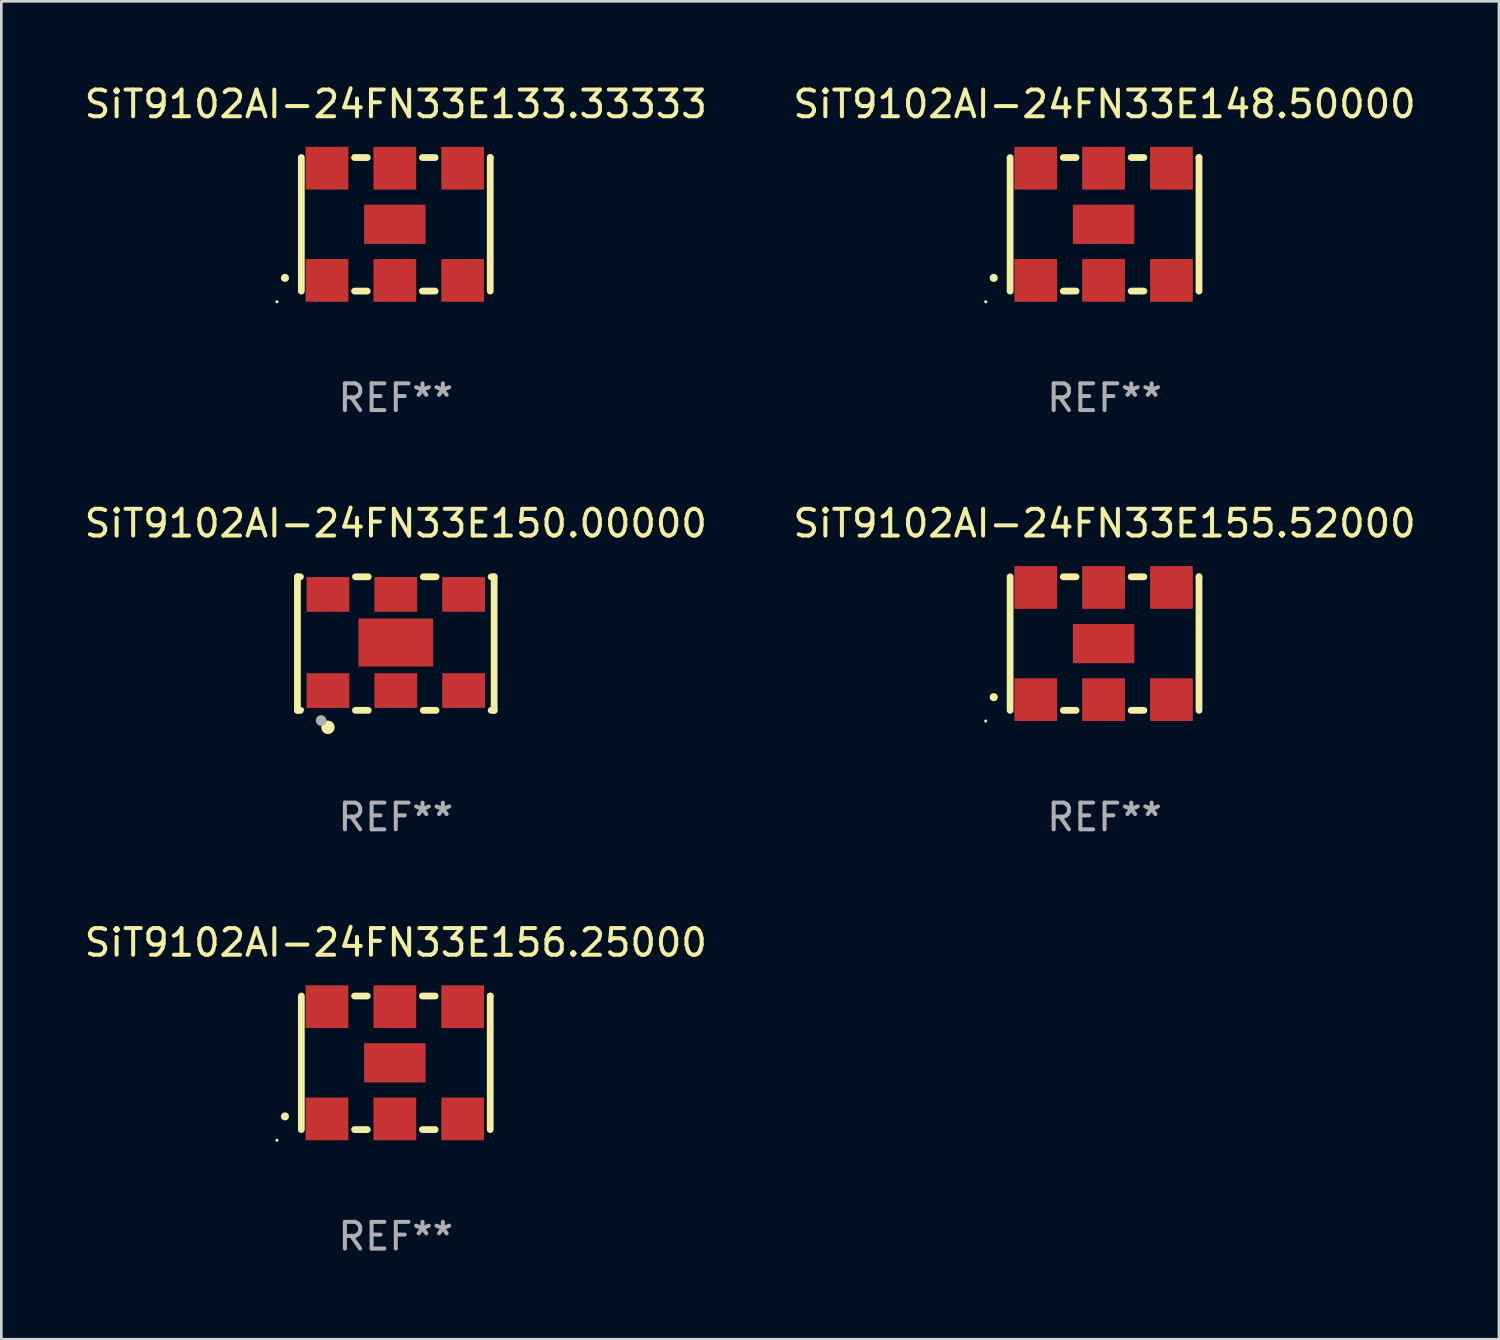
<source format=kicad_pcb>
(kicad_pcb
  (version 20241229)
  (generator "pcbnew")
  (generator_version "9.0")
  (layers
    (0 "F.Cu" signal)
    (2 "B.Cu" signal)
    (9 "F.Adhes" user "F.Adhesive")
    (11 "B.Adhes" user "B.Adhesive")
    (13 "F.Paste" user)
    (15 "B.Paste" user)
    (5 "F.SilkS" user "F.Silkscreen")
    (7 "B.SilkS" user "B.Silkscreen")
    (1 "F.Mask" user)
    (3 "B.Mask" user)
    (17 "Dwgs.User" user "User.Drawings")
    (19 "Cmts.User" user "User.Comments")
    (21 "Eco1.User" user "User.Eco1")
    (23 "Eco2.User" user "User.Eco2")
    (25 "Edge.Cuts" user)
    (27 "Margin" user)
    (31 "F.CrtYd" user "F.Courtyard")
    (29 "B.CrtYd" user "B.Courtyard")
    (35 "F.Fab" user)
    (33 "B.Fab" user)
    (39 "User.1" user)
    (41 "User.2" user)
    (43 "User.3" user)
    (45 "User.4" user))
  (footprint "SiT9102AI-24FN33E133.33333"
    (layer "F.Cu")
    (at 11.768 5.348)
    (property "Reference" "SiT9102AI-24FN33E133.33333" (at 0 -4.5 0) (layer "F.SilkS") (effects (font (size 1 1) (thickness 0.15))))
    (attr through_hole)
    (fp_line (start -3.536 -2.5) (end -3.536 2.5) (stroke (width 0.254) (type solid)) (layer "F.SilkS"))
    (fp_line (start -1.544 2.5) (end -1.067 2.5) (stroke (width 0.254) (type solid)) (layer "F.SilkS"))
    (fp_line (start -1.067 -2.5) (end -1.544 -2.5) (stroke (width 0.254) (type solid)) (layer "F.SilkS"))
    (fp_line (start 0.996 2.5) (end 1.473 2.5) (stroke (width 0.254) (type solid)) (layer "F.SilkS"))
    (fp_line (start 1.473 -2.5) (end 0.996 -2.5) (stroke (width 0.254) (type solid)) (layer "F.SilkS"))
    (fp_line (start 3.536 -2.5) (end 3.536 -2.5) (stroke (width 0.254) (type solid)) (layer "F.SilkS"))
    (fp_line (start 3.536 2.5) (end 3.536 -2.5) (stroke (width 0.254) (type solid)) (layer "F.SilkS"))
    (fp_arc (start -4.150432 2.006604) (mid -4.149162 2.006599) (end -4.147892 2.006604) (stroke (width 0.3) (type solid)) (layer "F.SilkS"))
    (fp_circle (center -4.449 2.9) (end -4.419 2.9) (stroke (width 0.06) (type solid)) (fill no) (layer "F.SilkS"))
    (fp_text user "REF**" (at 0 6.5 0) (layer "F.Fab") (effects (font (size 1 1) (thickness 0.15))))
    (pad "1" smd rect (at -2.576 2.1) (size 1.6 1.6) (layers "F.Cu" "F.Mask" "F.Paste"))
    (pad "2" smd rect (at -0.036 2.1) (size 1.6 1.6) (layers "F.Cu" "F.Mask" "F.Paste"))
    (pad "3" smd rect (at 2.504 2.1) (size 1.6 1.6) (layers "F.Cu" "F.Mask" "F.Paste"))
    (pad "4" smd rect (at 2.504 -2.1) (size 1.6 1.6) (layers "F.Cu" "F.Mask" "F.Paste"))
    (pad "5" smd rect (at -0.036 -2.1) (size 1.6 1.6) (layers "F.Cu" "F.Mask" "F.Paste"))
    (pad "6" smd rect (at -2.576 -2.1) (size 1.6 1.6) (layers "F.Cu" "F.Mask" "F.Paste"))
    (pad "7" smd rect (at -0.036 0) (size 2.3 1.47) (layers "F.Cu" "F.Mask" "F.Paste")))
  (footprint "SiT9102AI-24FN33E156.25000"
    (layer "F.Cu")
    (at 11.768 36.741)
    (property "Reference" "SiT9102AI-24FN33E156.25000" (at 0 -4.5 0) (layer "F.SilkS") (effects (font (size 1 1) (thickness 0.15))))
    (attr through_hole)
    (fp_line (start -3.536 -2.5) (end -3.536 2.5) (stroke (width 0.254) (type solid)) (layer "F.SilkS"))
    (fp_line (start -1.544 2.5) (end -1.067 2.5) (stroke (width 0.254) (type solid)) (layer "F.SilkS"))
    (fp_line (start -1.067 -2.5) (end -1.544 -2.5) (stroke (width 0.254) (type solid)) (layer "F.SilkS"))
    (fp_line (start 0.996 2.5) (end 1.473 2.5) (stroke (width 0.254) (type solid)) (layer "F.SilkS"))
    (fp_line (start 1.473 -2.5) (end 0.996 -2.5) (stroke (width 0.254) (type solid)) (layer "F.SilkS"))
    (fp_line (start 3.536 -2.5) (end 3.536 -2.5) (stroke (width 0.254) (type solid)) (layer "F.SilkS"))
    (fp_line (start 3.536 2.5) (end 3.536 -2.5) (stroke (width 0.254) (type solid)) (layer "F.SilkS"))
    (fp_arc (start -4.150432 2.006604) (mid -4.149162 2.006599) (end -4.147892 2.006604) (stroke (width 0.3) (type solid)) (layer "F.SilkS"))
    (fp_circle (center -4.449 2.9) (end -4.419 2.9) (stroke (width 0.06) (type solid)) (fill no) (layer "F.SilkS"))
    (fp_text user "REF**" (at 0 6.5 0) (layer "F.Fab") (effects (font (size 1 1) (thickness 0.15))))
    (pad "1" smd rect (at -2.576 2.1) (size 1.6 1.6) (layers "F.Cu" "F.Mask" "F.Paste"))
    (pad "2" smd rect (at -0.036 2.1) (size 1.6 1.6) (layers "F.Cu" "F.Mask" "F.Paste"))
    (pad "3" smd rect (at 2.504 2.1) (size 1.6 1.6) (layers "F.Cu" "F.Mask" "F.Paste"))
    (pad "4" smd rect (at 2.504 -2.1) (size 1.6 1.6) (layers "F.Cu" "F.Mask" "F.Paste"))
    (pad "5" smd rect (at -0.036 -2.1) (size 1.6 1.6) (layers "F.Cu" "F.Mask" "F.Paste"))
    (pad "6" smd rect (at -2.576 -2.1) (size 1.6 1.6) (layers "F.Cu" "F.Mask" "F.Paste"))
    (pad "7" smd rect (at -0.036 0) (size 2.3 1.47) (layers "F.Cu" "F.Mask" "F.Paste")))
  (footprint "SiT9102AI-24FN33E150.00000"
    (layer "F.Cu")
    (at 11.768 21.045)
    (property "Reference" "SiT9102AI-24FN33E150.00000" (at 0 -4.5 0) (layer "F.SilkS") (effects (font (size 1 1) (thickness 0.15))))
    (attr through_hole)
    (fp_line (start -3.683 -2.5) (end -3.571 -2.5) (stroke (width 0.254) (type solid)) (layer "F.SilkS"))
    (fp_line (start -3.683 2.5) (end -3.683 -2.5) (stroke (width 0.254) (type solid)) (layer "F.SilkS"))
    (fp_line (start -3.683 2.5) (end -3.571 2.5) (stroke (width 0.254) (type solid)) (layer "F.SilkS"))
    (fp_line (start -1.509 -2.5) (end -1.031 -2.5) (stroke (width 0.254) (type solid)) (layer "F.SilkS"))
    (fp_line (start -1.509 2.5) (end -1.031 2.5) (stroke (width 0.254) (type solid)) (layer "F.SilkS"))
    (fp_line (start 1.031 -2.5) (end 1.509 -2.5) (stroke (width 0.254) (type solid)) (layer "F.SilkS"))
    (fp_line (start 1.031 2.5) (end 1.509 2.5) (stroke (width 0.254) (type solid)) (layer "F.SilkS"))
    (fp_line (start 3.571 -2.5) (end 3.683 -2.5) (stroke (width 0.254) (type solid)) (layer "F.SilkS"))
    (fp_line (start 3.571 2.5) (end 3.683 2.5) (stroke (width 0.254) (type solid)) (layer "F.SilkS"))
    (fp_line (start 3.683 2.5) (end 3.683 -2.5) (stroke (width 0.254) (type solid)) (layer "F.SilkS"))
    (fp_circle (center -3.5 2.46) (end -3.47 2.46) (stroke (width 0.06) (type solid)) (fill no) (layer "F.SilkS"))
    (fp_circle (center -2.54 3.135) (end -2.413 3.135) (stroke (width 0.254) (type solid)) (fill no) (layer "F.SilkS"))
    (fp_circle (center -2.794 2.881) (end -2.694 2.881) (stroke (width 0.2) (type solid)) (fill no) (layer "F.Fab"))
    (fp_text user "REF**" (at 0 6.5 0) (layer "F.Fab") (effects (font (size 1 1) (thickness 0.15))))
    (pad "1" smd rect (at -2.54 1.76) (size 1.6 1.3) (layers "F.Cu" "F.Mask" "F.Paste"))
    (pad "2" smd rect (at 0 1.76) (size 1.6 1.3) (layers "F.Cu" "F.Mask" "F.Paste"))
    (pad "3" smd rect (at 2.54 1.76) (size 1.6 1.3) (layers "F.Cu" "F.Mask" "F.Paste"))
    (pad "4" smd rect (at 2.54 -1.84) (size 1.6 1.3) (layers "F.Cu" "F.Mask" "F.Paste"))
    (pad "5" smd rect (at 0 -1.84) (size 1.6 1.3) (layers "F.Cu" "F.Mask" "F.Paste"))
    (pad "6" smd rect (at -2.54 -1.84) (size 1.6 1.3) (layers "F.Cu" "F.Mask" "F.Paste"))
    (pad "7" smd rect (at 0 -0.04) (size 2.8 1.8) (layers "F.Cu" "F.Mask" "F.Paste")))
  (footprint "SiT9102AI-24FN33E155.52000"
    (layer "F.Cu")
    (at 38.304 21.045)
    (property "Reference" "SiT9102AI-24FN33E155.52000" (at 0 -4.5 0) (layer "F.SilkS") (effects (font (size 1 1) (thickness 0.15))))
    (attr through_hole)
    (fp_line (start -3.536 -2.5) (end -3.536 2.5) (stroke (width 0.254) (type solid)) (layer "F.SilkS"))
    (fp_line (start -1.544 2.5) (end -1.067 2.5) (stroke (width 0.254) (type solid)) (layer "F.SilkS"))
    (fp_line (start -1.067 -2.5) (end -1.544 -2.5) (stroke (width 0.254) (type solid)) (layer "F.SilkS"))
    (fp_line (start 0.996 2.5) (end 1.473 2.5) (stroke (width 0.254) (type solid)) (layer "F.SilkS"))
    (fp_line (start 1.473 -2.5) (end 0.996 -2.5) (stroke (width 0.254) (type solid)) (layer "F.SilkS"))
    (fp_line (start 3.536 -2.5) (end 3.536 -2.5) (stroke (width 0.254) (type solid)) (layer "F.SilkS"))
    (fp_line (start 3.536 2.5) (end 3.536 -2.5) (stroke (width 0.254) (type solid)) (layer "F.SilkS"))
    (fp_arc (start -4.150432 2.006604) (mid -4.149162 2.006599) (end -4.147892 2.006604) (stroke (width 0.3) (type solid)) (layer "F.SilkS"))
    (fp_circle (center -4.449 2.9) (end -4.419 2.9) (stroke (width 0.06) (type solid)) (fill no) (layer "F.SilkS"))
    (fp_text user "REF**" (at 0 6.5 0) (layer "F.Fab") (effects (font (size 1 1) (thickness 0.15))))
    (pad "1" smd rect (at -2.576 2.1) (size 1.6 1.6) (layers "F.Cu" "F.Mask" "F.Paste"))
    (pad "2" smd rect (at -0.036 2.1) (size 1.6 1.6) (layers "F.Cu" "F.Mask" "F.Paste"))
    (pad "3" smd rect (at 2.504 2.1) (size 1.6 1.6) (layers "F.Cu" "F.Mask" "F.Paste"))
    (pad "4" smd rect (at 2.504 -2.1) (size 1.6 1.6) (layers "F.Cu" "F.Mask" "F.Paste"))
    (pad "5" smd rect (at -0.036 -2.1) (size 1.6 1.6) (layers "F.Cu" "F.Mask" "F.Paste"))
    (pad "6" smd rect (at -2.576 -2.1) (size 1.6 1.6) (layers "F.Cu" "F.Mask" "F.Paste"))
    (pad "7" smd rect (at -0.036 0) (size 2.3 1.47) (layers "F.Cu" "F.Mask" "F.Paste")))
  (footprint "SiT9102AI-24FN33E148.50000"
    (layer "F.Cu")
    (at 38.304 5.348)
    (property "Reference" "SiT9102AI-24FN33E148.50000" (at 0 -4.5 0) (layer "F.SilkS") (effects (font (size 1 1) (thickness 0.15))))
    (attr through_hole)
    (fp_line (start -3.536 -2.5) (end -3.536 2.5) (stroke (width 0.254) (type solid)) (layer "F.SilkS"))
    (fp_line (start -1.544 2.5) (end -1.067 2.5) (stroke (width 0.254) (type solid)) (layer "F.SilkS"))
    (fp_line (start -1.067 -2.5) (end -1.544 -2.5) (stroke (width 0.254) (type solid)) (layer "F.SilkS"))
    (fp_line (start 0.996 2.5) (end 1.473 2.5) (stroke (width 0.254) (type solid)) (layer "F.SilkS"))
    (fp_line (start 1.473 -2.5) (end 0.996 -2.5) (stroke (width 0.254) (type solid)) (layer "F.SilkS"))
    (fp_line (start 3.536 -2.5) (end 3.536 -2.5) (stroke (width 0.254) (type solid)) (layer "F.SilkS"))
    (fp_line (start 3.536 2.5) (end 3.536 -2.5) (stroke (width 0.254) (type solid)) (layer "F.SilkS"))
    (fp_arc (start -4.150432 2.006604) (mid -4.149162 2.006599) (end -4.147892 2.006604) (stroke (width 0.3) (type solid)) (layer "F.SilkS"))
    (fp_circle (center -4.449 2.9) (end -4.419 2.9) (stroke (width 0.06) (type solid)) (fill no) (layer "F.SilkS"))
    (fp_text user "REF**" (at 0 6.5 0) (layer "F.Fab") (effects (font (size 1 1) (thickness 0.15))))
    (pad "1" smd rect (at -2.576 2.1) (size 1.6 1.6) (layers "F.Cu" "F.Mask" "F.Paste"))
    (pad "2" smd rect (at -0.036 2.1) (size 1.6 1.6) (layers "F.Cu" "F.Mask" "F.Paste"))
    (pad "3" smd rect (at 2.504 2.1) (size 1.6 1.6) (layers "F.Cu" "F.Mask" "F.Paste"))
    (pad "4" smd rect (at 2.504 -2.1) (size 1.6 1.6) (layers "F.Cu" "F.Mask" "F.Paste"))
    (pad "5" smd rect (at -0.036 -2.1) (size 1.6 1.6) (layers "F.Cu" "F.Mask" "F.Paste"))
    (pad "6" smd rect (at -2.576 -2.1) (size 1.6 1.6) (layers "F.Cu" "F.Mask" "F.Paste"))
    (pad "7" smd rect (at -0.036 0) (size 2.3 1.47) (layers "F.Cu" "F.Mask" "F.Paste")))
  (gr_rect
    (start -3 -3)
    (end 53.071 47.09)
    (stroke (width 0.1) (type default))
    (fill no)
    (layer "Edge.Cuts")))
</source>
